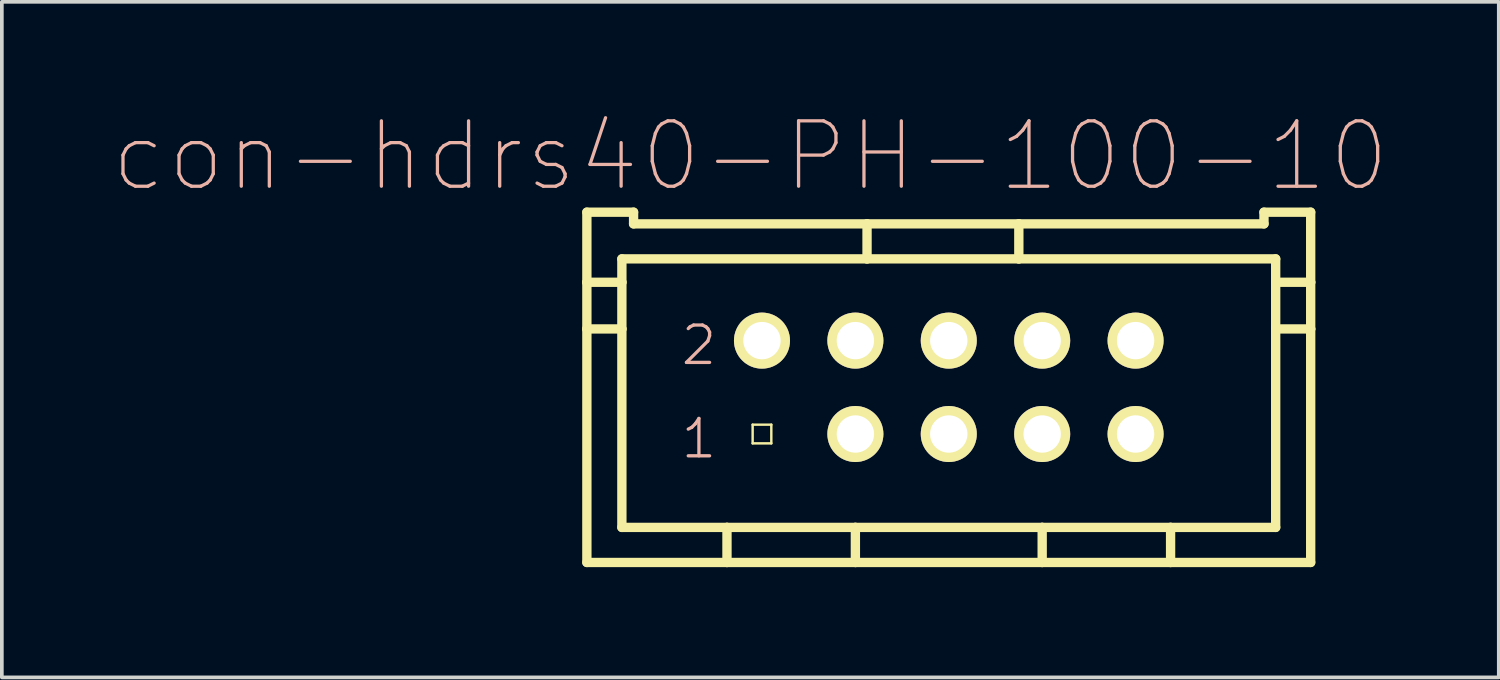
<source format=kicad_pcb>
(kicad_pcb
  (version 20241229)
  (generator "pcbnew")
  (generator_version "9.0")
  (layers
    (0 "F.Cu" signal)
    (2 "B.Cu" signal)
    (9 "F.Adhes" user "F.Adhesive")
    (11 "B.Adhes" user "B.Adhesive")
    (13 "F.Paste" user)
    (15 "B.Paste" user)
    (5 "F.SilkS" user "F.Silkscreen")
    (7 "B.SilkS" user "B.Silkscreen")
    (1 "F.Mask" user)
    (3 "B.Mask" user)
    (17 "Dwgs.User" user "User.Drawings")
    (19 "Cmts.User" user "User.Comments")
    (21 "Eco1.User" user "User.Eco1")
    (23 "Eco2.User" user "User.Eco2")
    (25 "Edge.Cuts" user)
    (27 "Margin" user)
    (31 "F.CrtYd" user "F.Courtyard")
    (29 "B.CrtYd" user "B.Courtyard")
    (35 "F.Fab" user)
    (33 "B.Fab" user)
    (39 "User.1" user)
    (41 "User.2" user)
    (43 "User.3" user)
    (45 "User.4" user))
  (footprint "con-hdrs40-PH-100-10"
    (layer "F.Cu")
    (at 22.752 7.483)
    (property "Reference" "con-hdrs40-PH-100-10" (at -5.397 -6.287 0) (layer "B.SilkS") (effects (font (size 1.778 1.778) (thickness 0.089))))
    (attr exclude_from_pos_files exclude_from_bom)
    (fp_line (start -9.842 -4.763) (end -9.842 -2.857) (stroke (width 0.254) (type solid)) (layer "F.SilkS"))
    (fp_line (start -9.842 -2.857) (end -9.842 -1.587) (stroke (width 0.254) (type solid)) (layer "F.SilkS"))
    (fp_line (start -9.842 -2.857) (end -8.89 -2.857) (stroke (width 0.254) (type solid)) (layer "F.SilkS"))
    (fp_line (start -9.842 -1.587) (end -9.842 4.763) (stroke (width 0.254) (type solid)) (layer "F.SilkS"))
    (fp_line (start -9.842 4.763) (end -6.032 4.763) (stroke (width 0.254) (type solid)) (layer "F.SilkS"))
    (fp_line (start -8.89 -3.493) (end -2.223 -3.493) (stroke (width 0.254) (type solid)) (layer "F.SilkS"))
    (fp_line (start -8.89 -2.857) (end -8.89 -3.493) (stroke (width 0.254) (type solid)) (layer "F.SilkS"))
    (fp_line (start -8.89 -1.587) (end -9.842 -1.587) (stroke (width 0.254) (type solid)) (layer "F.SilkS"))
    (fp_line (start -8.89 -1.587) (end -8.89 -2.857) (stroke (width 0.254) (type solid)) (layer "F.SilkS"))
    (fp_line (start -8.89 3.81) (end -8.89 -1.587) (stroke (width 0.254) (type solid)) (layer "F.SilkS"))
    (fp_line (start -8.572 -4.763) (end -9.842 -4.763) (stroke (width 0.254) (type solid)) (layer "F.SilkS"))
    (fp_line (start -8.572 -4.445) (end -8.572 -4.763) (stroke (width 0.254) (type solid)) (layer "F.SilkS"))
    (fp_line (start -6.032 3.81) (end -8.89 3.81) (stroke (width 0.254) (type solid)) (layer "F.SilkS"))
    (fp_line (start -6.032 3.81) (end -6.032 4.763) (stroke (width 0.254) (type solid)) (layer "F.SilkS"))
    (fp_line (start -6.032 4.763) (end -2.54 4.763) (stroke (width 0.254) (type solid)) (layer "F.SilkS"))
    (fp_line (start -5.334 -1.524) (end -4.826 -1.524) (stroke (width 0.066) (type solid)) (layer "F.SilkS"))
    (fp_line (start -5.334 -1.016) (end -5.334 -1.524) (stroke (width 0.066) (type solid)) (layer "F.SilkS"))
    (fp_line (start -5.334 -1.016) (end -4.826 -1.016) (stroke (width 0.066) (type solid)) (layer "F.SilkS"))
    (fp_line (start -5.334 1.016) (end -4.826 1.016) (stroke (width 0.066) (type solid)) (layer "F.SilkS"))
    (fp_line (start -5.334 1.524) (end -5.334 1.016) (stroke (width 0.066) (type solid)) (layer "F.SilkS"))
    (fp_line (start -5.334 1.524) (end -4.826 1.524) (stroke (width 0.066) (type solid)) (layer "F.SilkS"))
    (fp_line (start -4.826 -1.016) (end -4.826 -1.524) (stroke (width 0.066) (type solid)) (layer "F.SilkS"))
    (fp_line (start -4.826 1.524) (end -4.826 1.016) (stroke (width 0.066) (type solid)) (layer "F.SilkS"))
    (fp_line (start -2.794 -1.524) (end -2.286 -1.524) (stroke (width 0.066) (type solid)) (layer "F.SilkS"))
    (fp_line (start -2.794 -1.016) (end -2.794 -1.524) (stroke (width 0.066) (type solid)) (layer "F.SilkS"))
    (fp_line (start -2.794 -1.016) (end -2.286 -1.016) (stroke (width 0.066) (type solid)) (layer "F.SilkS"))
    (fp_line (start -2.794 1.016) (end -2.286 1.016) (stroke (width 0.066) (type solid)) (layer "F.SilkS"))
    (fp_line (start -2.794 1.524) (end -2.794 1.016) (stroke (width 0.066) (type solid)) (layer "F.SilkS"))
    (fp_line (start -2.794 1.524) (end -2.286 1.524) (stroke (width 0.066) (type solid)) (layer "F.SilkS"))
    (fp_line (start -2.54 3.81) (end -6.032 3.81) (stroke (width 0.254) (type solid)) (layer "F.SilkS"))
    (fp_line (start -2.54 3.81) (end -2.54 4.763) (stroke (width 0.254) (type solid)) (layer "F.SilkS"))
    (fp_line (start -2.54 3.81) (end 2.54 3.81) (stroke (width 0.254) (type solid)) (layer "F.SilkS"))
    (fp_line (start -2.54 4.763) (end 2.54 4.763) (stroke (width 0.254) (type solid)) (layer "F.SilkS"))
    (fp_line (start -2.286 -1.016) (end -2.286 -1.524) (stroke (width 0.066) (type solid)) (layer "F.SilkS"))
    (fp_line (start -2.286 1.524) (end -2.286 1.016) (stroke (width 0.066) (type solid)) (layer "F.SilkS"))
    (fp_line (start -2.223 -4.445) (end -8.572 -4.445) (stroke (width 0.254) (type solid)) (layer "F.SilkS"))
    (fp_line (start -2.223 -4.445) (end -2.223 -3.493) (stroke (width 0.254) (type solid)) (layer "F.SilkS"))
    (fp_line (start -2.223 -3.493) (end 1.905 -3.493) (stroke (width 0.254) (type solid)) (layer "F.SilkS"))
    (fp_line (start -0.254 -1.524) (end 0.254 -1.524) (stroke (width 0.066) (type solid)) (layer "F.SilkS"))
    (fp_line (start -0.254 -1.016) (end -0.254 -1.524) (stroke (width 0.066) (type solid)) (layer "F.SilkS"))
    (fp_line (start -0.254 -1.016) (end 0.254 -1.016) (stroke (width 0.066) (type solid)) (layer "F.SilkS"))
    (fp_line (start -0.254 1.016) (end 0.254 1.016) (stroke (width 0.066) (type solid)) (layer "F.SilkS"))
    (fp_line (start -0.254 1.524) (end -0.254 1.016) (stroke (width 0.066) (type solid)) (layer "F.SilkS"))
    (fp_line (start -0.254 1.524) (end 0.254 1.524) (stroke (width 0.066) (type solid)) (layer "F.SilkS"))
    (fp_line (start 0.254 -1.016) (end 0.254 -1.524) (stroke (width 0.066) (type solid)) (layer "F.SilkS"))
    (fp_line (start 0.254 1.524) (end 0.254 1.016) (stroke (width 0.066) (type solid)) (layer "F.SilkS"))
    (fp_line (start 1.905 -4.445) (end -2.223 -4.445) (stroke (width 0.254) (type solid)) (layer "F.SilkS"))
    (fp_line (start 1.905 -4.445) (end 1.905 -3.493) (stroke (width 0.254) (type solid)) (layer "F.SilkS"))
    (fp_line (start 1.905 -3.493) (end 8.89 -3.493) (stroke (width 0.254) (type solid)) (layer "F.SilkS"))
    (fp_line (start 2.286 -1.524) (end 2.794 -1.524) (stroke (width 0.066) (type solid)) (layer "F.SilkS"))
    (fp_line (start 2.286 -1.016) (end 2.286 -1.524) (stroke (width 0.066) (type solid)) (layer "F.SilkS"))
    (fp_line (start 2.286 -1.016) (end 2.794 -1.016) (stroke (width 0.066) (type solid)) (layer "F.SilkS"))
    (fp_line (start 2.286 1.016) (end 2.794 1.016) (stroke (width 0.066) (type solid)) (layer "F.SilkS"))
    (fp_line (start 2.286 1.524) (end 2.286 1.016) (stroke (width 0.066) (type solid)) (layer "F.SilkS"))
    (fp_line (start 2.286 1.524) (end 2.794 1.524) (stroke (width 0.066) (type solid)) (layer "F.SilkS"))
    (fp_line (start 2.54 3.81) (end 2.54 4.763) (stroke (width 0.254) (type solid)) (layer "F.SilkS"))
    (fp_line (start 2.54 3.81) (end 6.032 3.81) (stroke (width 0.254) (type solid)) (layer "F.SilkS"))
    (fp_line (start 2.54 4.763) (end 6.032 4.763) (stroke (width 0.254) (type solid)) (layer "F.SilkS"))
    (fp_line (start 2.794 -1.016) (end 2.794 -1.524) (stroke (width 0.066) (type solid)) (layer "F.SilkS"))
    (fp_line (start 2.794 1.524) (end 2.794 1.016) (stroke (width 0.066) (type solid)) (layer "F.SilkS"))
    (fp_line (start 4.826 -1.524) (end 5.334 -1.524) (stroke (width 0.066) (type solid)) (layer "F.SilkS"))
    (fp_line (start 4.826 -1.016) (end 4.826 -1.524) (stroke (width 0.066) (type solid)) (layer "F.SilkS"))
    (fp_line (start 4.826 -1.016) (end 5.334 -1.016) (stroke (width 0.066) (type solid)) (layer "F.SilkS"))
    (fp_line (start 4.826 1.016) (end 5.334 1.016) (stroke (width 0.066) (type solid)) (layer "F.SilkS"))
    (fp_line (start 4.826 1.524) (end 4.826 1.016) (stroke (width 0.066) (type solid)) (layer "F.SilkS"))
    (fp_line (start 4.826 1.524) (end 5.334 1.524) (stroke (width 0.066) (type solid)) (layer "F.SilkS"))
    (fp_line (start 5.334 -1.016) (end 5.334 -1.524) (stroke (width 0.066) (type solid)) (layer "F.SilkS"))
    (fp_line (start 5.334 1.524) (end 5.334 1.016) (stroke (width 0.066) (type solid)) (layer "F.SilkS"))
    (fp_line (start 6.032 3.81) (end 6.032 4.763) (stroke (width 0.254) (type solid)) (layer "F.SilkS"))
    (fp_line (start 6.032 3.81) (end 8.89 3.81) (stroke (width 0.254) (type solid)) (layer "F.SilkS"))
    (fp_line (start 6.032 4.763) (end 9.842 4.763) (stroke (width 0.254) (type solid)) (layer "F.SilkS"))
    (fp_line (start 8.572 -4.763) (end 8.572 -4.445) (stroke (width 0.254) (type solid)) (layer "F.SilkS"))
    (fp_line (start 8.572 -4.445) (end 1.905 -4.445) (stroke (width 0.254) (type solid)) (layer "F.SilkS"))
    (fp_line (start 8.89 -3.493) (end 8.89 -2.857) (stroke (width 0.254) (type solid)) (layer "F.SilkS"))
    (fp_line (start 8.89 -2.857) (end 8.89 -1.587) (stroke (width 0.254) (type solid)) (layer "F.SilkS"))
    (fp_line (start 8.89 -2.857) (end 9.842 -2.857) (stroke (width 0.254) (type solid)) (layer "F.SilkS"))
    (fp_line (start 8.89 -1.587) (end 8.89 3.81) (stroke (width 0.254) (type solid)) (layer "F.SilkS"))
    (fp_line (start 8.89 -1.587) (end 9.842 -1.587) (stroke (width 0.254) (type solid)) (layer "F.SilkS"))
    (fp_line (start 9.842 -4.763) (end 8.572 -4.763) (stroke (width 0.254) (type solid)) (layer "F.SilkS"))
    (fp_line (start 9.842 -2.857) (end 9.842 -4.763) (stroke (width 0.254) (type solid)) (layer "F.SilkS"))
    (fp_line (start 9.842 -1.587) (end 9.842 -2.857) (stroke (width 0.254) (type solid)) (layer "F.SilkS"))
    (fp_line (start 9.842 4.763) (end 9.842 -1.587) (stroke (width 0.254) (type solid)) (layer "F.SilkS"))
    (fp_text user "2" (at -6.795 -1.143 0) (layer "B.SilkS") (effects (font (size 1.016 1.016) (thickness 0.089))))
    (fp_text user "1" (at -6.795 1.397 0) (layer "B.SilkS") (effects (font (size 1.016 1.016) (thickness 0.089))))
    (pad "1" thru_hole rect (at -5.08 1.27) (size 0.001 0.001) (drill 1.016) (layers "*.Cu" "F.Mask" "F.SilkS" "F.Paste"))
    (pad "2" thru_hole circle (at -5.08 -1.27) (size 1.524 1.524) (drill 1.016) (layers "*.Cu" "F.Mask" "F.SilkS" "F.Paste"))
    (pad "3" thru_hole circle (at -2.54 1.27) (size 1.524 1.524) (drill 1.016) (layers "*.Cu" "F.Mask" "F.SilkS" "F.Paste"))
    (pad "4" thru_hole circle (at -2.54 -1.27) (size 1.524 1.524) (drill 1.016) (layers "*.Cu" "F.Mask" "F.SilkS" "F.Paste"))
    (pad "5" thru_hole circle (at 0 1.27) (size 1.524 1.524) (drill 1.016) (layers "*.Cu" "F.Mask" "F.SilkS" "F.Paste"))
    (pad "6" thru_hole circle (at 0 -1.27) (size 1.524 1.524) (drill 1.016) (layers "*.Cu" "F.Mask" "F.SilkS" "F.Paste"))
    (pad "7" thru_hole circle (at 2.54 1.27) (size 1.524 1.524) (drill 1.016) (layers "*.Cu" "F.Mask" "F.SilkS" "F.Paste"))
    (pad "8" thru_hole circle (at 2.54 -1.27) (size 1.524 1.524) (drill 1.016) (layers "*.Cu" "F.Mask" "F.SilkS" "F.Paste"))
    (pad "9" thru_hole circle (at 5.08 1.27) (size 1.524 1.524) (drill 1.016) (layers "*.Cu" "F.Mask" "F.SilkS" "F.Paste"))
    (pad "10" thru_hole circle (at 5.08 -1.27) (size 1.524 1.524) (drill 1.016) (layers "*.Cu" "F.Mask" "F.SilkS" "F.Paste")))
  (gr_rect
    (start -3 -3)
    (end 37.709 15.372)
    (stroke (width 0.1) (type default))
    (fill no)
    (layer "Edge.Cuts")))
</source>
